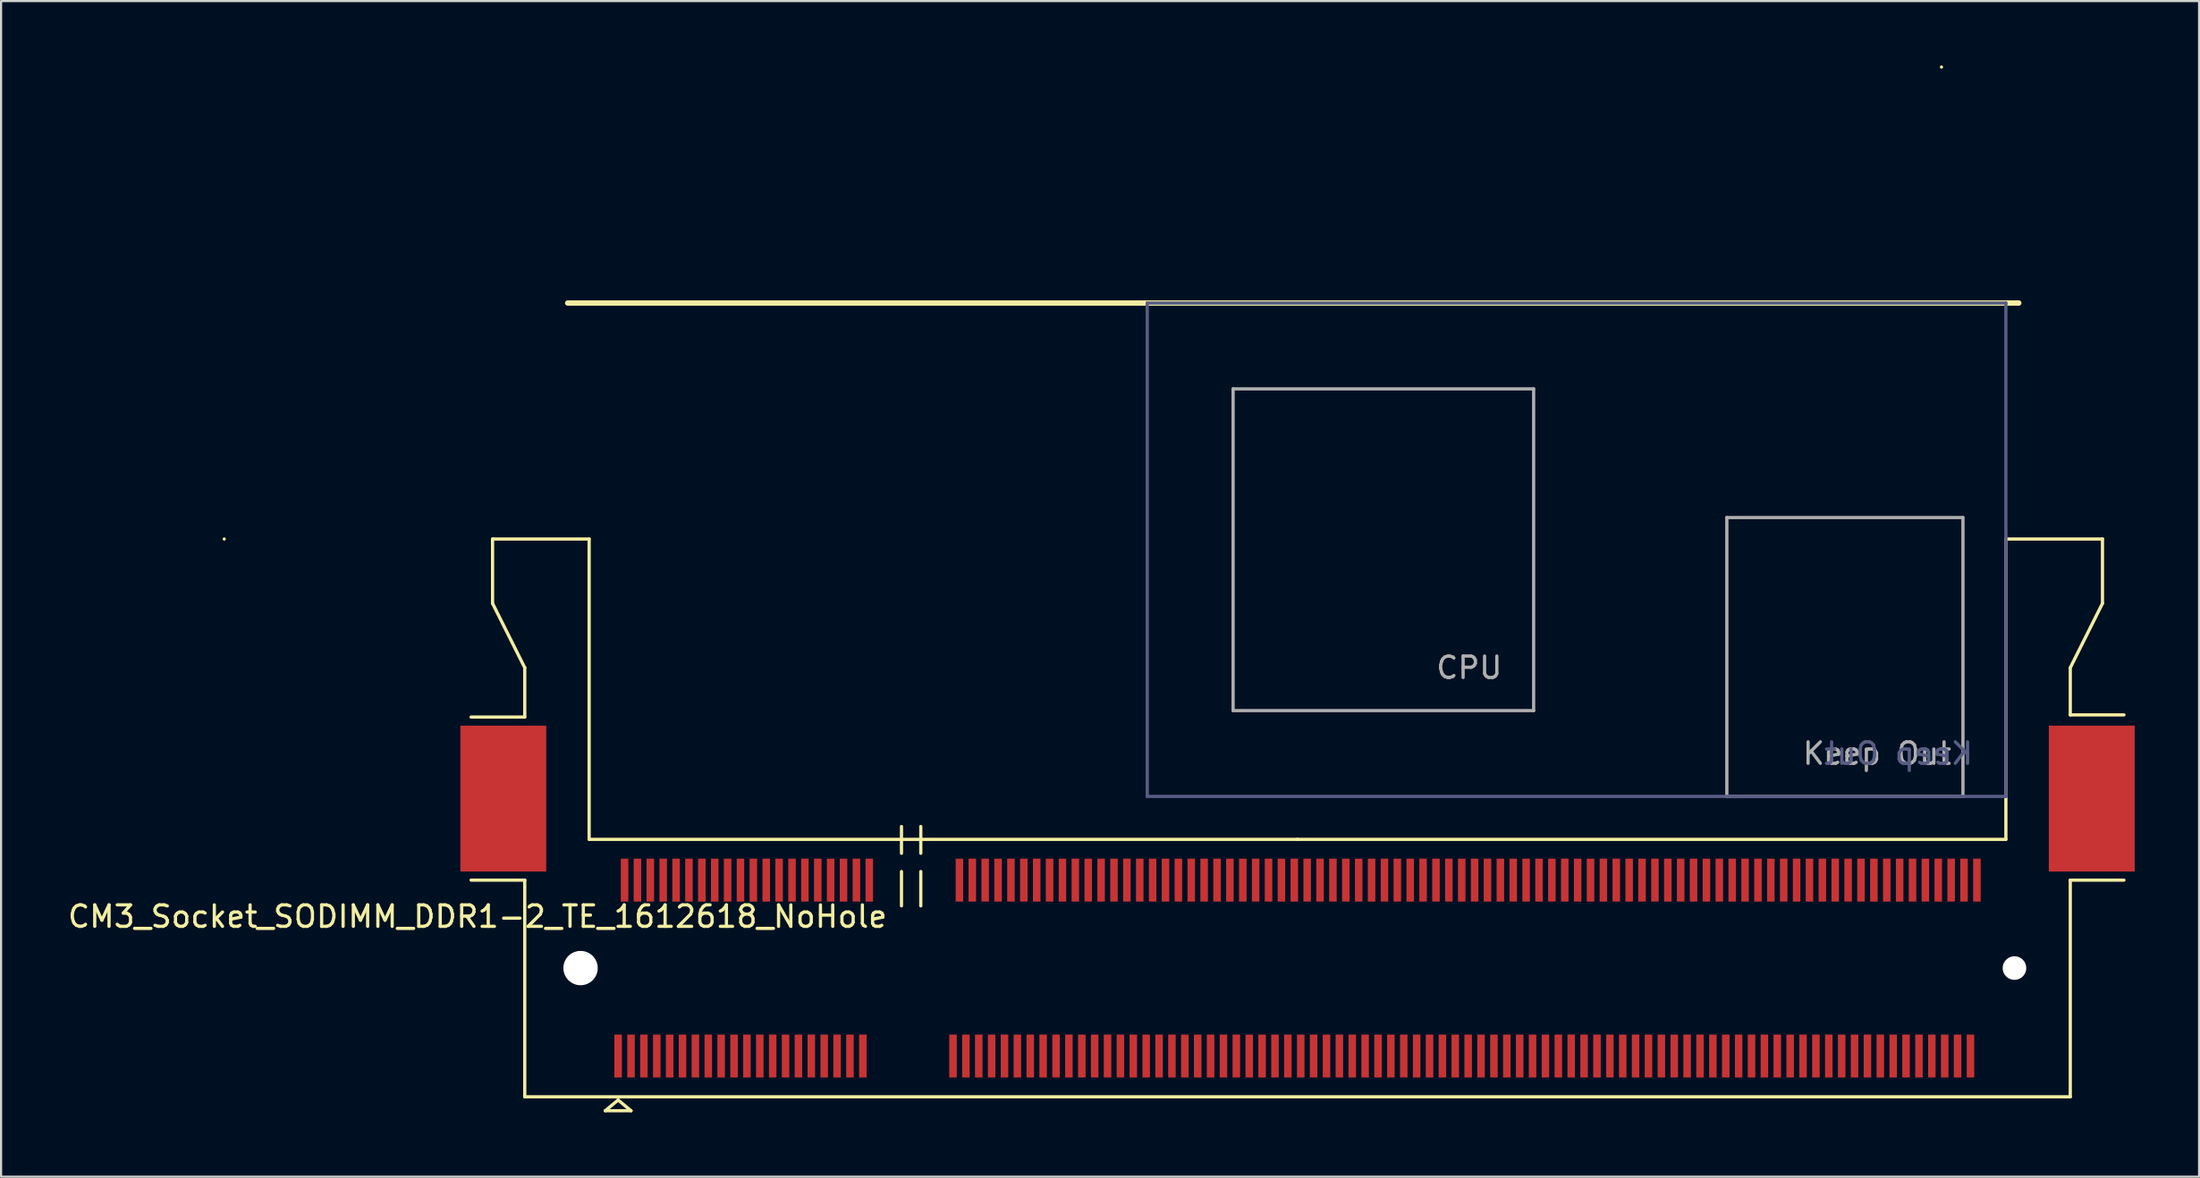
<source format=kicad_pcb>
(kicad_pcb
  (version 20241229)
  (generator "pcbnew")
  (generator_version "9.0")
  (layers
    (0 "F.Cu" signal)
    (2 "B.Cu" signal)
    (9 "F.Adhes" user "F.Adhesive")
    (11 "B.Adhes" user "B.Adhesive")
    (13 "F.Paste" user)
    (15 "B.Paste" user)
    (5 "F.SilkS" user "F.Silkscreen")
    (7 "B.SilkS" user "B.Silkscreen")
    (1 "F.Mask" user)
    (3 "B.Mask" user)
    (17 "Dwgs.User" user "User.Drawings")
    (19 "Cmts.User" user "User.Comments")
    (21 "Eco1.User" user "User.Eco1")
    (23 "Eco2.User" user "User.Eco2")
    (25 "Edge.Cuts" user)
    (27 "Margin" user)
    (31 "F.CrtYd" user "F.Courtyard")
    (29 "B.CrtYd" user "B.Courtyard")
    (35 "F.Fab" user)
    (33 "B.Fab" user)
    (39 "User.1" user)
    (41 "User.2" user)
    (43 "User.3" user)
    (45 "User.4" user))
  (footprint "CM3_Socket_SODIMM_DDR1-2_TE_1612618_NoHole"
    (layer "F.Cu")
    (at 57.396 42.075)
    (property "Reference" "CM3_Socket_SODIMM_DDR1-2_TE_1612618_NoHole" (at -38.2 -2.4 0) (layer "F.SilkS") (effects (font (size 1 1) (thickness 0.15))))
    (attr smd)
    (fp_line (start -50 -20) (end -50 -20) (stroke (width 0.15) (type solid)) (layer "F.SilkS"))
    (fp_line (start -37.5 -20) (end -37.5 -17) (stroke (width 0.15) (type solid)) (layer "F.SilkS"))
    (fp_line (start -37.5 -17) (end -36 -14) (stroke (width 0.15) (type solid)) (layer "F.SilkS"))
    (fp_line (start -36 -14) (end -36 -11.7) (stroke (width 0.15) (type solid)) (layer "F.SilkS"))
    (fp_line (start -36 -11.7) (end -38.5 -11.7) (stroke (width 0.15) (type solid)) (layer "F.SilkS"))
    (fp_line (start -36 -4.1) (end -38.5 -4.1) (stroke (width 0.15) (type solid)) (layer "F.SilkS"))
    (fp_line (start -36 -4.1) (end -36 6) (stroke (width 0.15) (type solid)) (layer "F.SilkS"))
    (fp_line (start -36 6) (end 36 6) (stroke (width 0.15) (type solid)) (layer "F.SilkS"))
    (fp_line (start -34 -31) (end -34 -31) (stroke (width 0.15) (type solid)) (layer "F.SilkS"))
    (fp_line (start -34 -31) (end 33.6 -31) (stroke (width 0.25) (type solid)) (layer "F.SilkS"))
    (fp_line (start -33 -20) (end -37.5 -20) (stroke (width 0.15) (type solid)) (layer "F.SilkS"))
    (fp_line (start -33 -6) (end -33 -20) (stroke (width 0.15) (type solid)) (layer "F.SilkS"))
    (fp_line (start -32.25 6.65) (end -31.65 6.15) (stroke (width 0.15) (type solid)) (layer "F.SilkS"))
    (fp_line (start -31.65 6.15) (end -31.05 6.65) (stroke (width 0.15) (type solid)) (layer "F.SilkS"))
    (fp_line (start -31.05 6.65) (end -32.25 6.65) (stroke (width 0.15) (type solid)) (layer "F.SilkS"))
    (fp_line (start -18.45 -5.35) (end -18.45 -6.6) (stroke (width 0.15) (type solid)) (layer "F.SilkS"))
    (fp_line (start -18.45 -4.5) (end -18.45 -2.9) (stroke (width 0.15) (type solid)) (layer "F.SilkS"))
    (fp_line (start -17.55 -5.35) (end -17.55 -6.6) (stroke (width 0.15) (type solid)) (layer "F.SilkS"))
    (fp_line (start -17.55 -4.5) (end -17.55 -2.9) (stroke (width 0.15) (type solid)) (layer "F.SilkS"))
    (fp_line (start 0 -6) (end -33 -6) (stroke (width 0.15) (type solid)) (layer "F.SilkS"))
    (fp_line (start 30 -42) (end 30 -42) (stroke (width 0.15) (type solid)) (layer "F.SilkS"))
    (fp_line (start 33 -20) (end 33 -6) (stroke (width 0.15) (type solid)) (layer "F.SilkS"))
    (fp_line (start 33 -6) (end 0 -6) (stroke (width 0.15) (type solid)) (layer "F.SilkS"))
    (fp_line (start 36 -14) (end 36 -11.8) (stroke (width 0.15) (type solid)) (layer "F.SilkS"))
    (fp_line (start 36 -14) (end 37.5 -17) (stroke (width 0.15) (type solid)) (layer "F.SilkS"))
    (fp_line (start 36 -11.8) (end 38.5 -11.8) (stroke (width 0.15) (type solid)) (layer "F.SilkS"))
    (fp_line (start 36 -4.1) (end 38.5 -4.1) (stroke (width 0.15) (type solid)) (layer "F.SilkS"))
    (fp_line (start 36 6) (end 36 -4.1) (stroke (width 0.15) (type solid)) (layer "F.SilkS"))
    (fp_line (start 37.5 -20) (end 33 -20) (stroke (width 0.15) (type solid)) (layer "F.SilkS"))
    (fp_line (start 37.5 -17) (end 37.5 -20) (stroke (width 0.15) (type solid)) (layer "F.SilkS"))
    (fp_line (start -7 -31) (end -7 -8) (stroke (width 0.15) (type solid)) (layer "B.Fab"))
    (fp_line (start -7 -8) (end 33 -8) (stroke (width 0.15) (type solid)) (layer "B.Fab"))
    (fp_line (start 33 -31) (end -7 -31) (stroke (width 0.15) (type solid)) (layer "B.Fab"))
    (fp_line (start 33 -8) (end 33 -31) (stroke (width 0.15) (type solid)) (layer "B.Fab"))
    (fp_line (start -3 -27) (end 11 -27) (stroke (width 0.15) (type solid)) (layer "F.Fab"))
    (fp_line (start -3 -12) (end -3 -27) (stroke (width 0.15) (type solid)) (layer "F.Fab"))
    (fp_line (start 11 -27) (end 11 -12) (stroke (width 0.15) (type solid)) (layer "F.Fab"))
    (fp_line (start 11 -12) (end -3 -12) (stroke (width 0.15) (type solid)) (layer "F.Fab"))
    (fp_line (start 20 -21) (end 31 -21) (stroke (width 0.15) (type solid)) (layer "F.Fab"))
    (fp_line (start 20 -8) (end 20 -21) (stroke (width 0.15) (type solid)) (layer "F.Fab"))
    (fp_line (start 31 -21) (end 31 -8) (stroke (width 0.15) (type solid)) (layer "F.Fab"))
    (fp_line (start 31 -8) (end 20 -8) (stroke (width 0.15) (type solid)) (layer "F.Fab"))
    (fp_text user "Keep Out" (at 28 -10 0) (layer "B.Fab") (effects (font (size 1 1) (thickness 0.15)) (justify mirror)))
    (fp_text user "CPU" (at 8 -14 0) (layer "F.Fab") (effects (font (size 1 1) (thickness 0.15))))
    (fp_text user "Keep Out" (at 27 -10 0) (layer "F.Fab") (effects (font (size 1 1) (thickness 0.15))))
    (pad "" smd rect (at -37 -7.9) (size 4 6.8) (layers "F.Cu" "F.Mask" "F.Paste"))
    (pad "" np_thru_hole circle (at -33.4 0) (size 1.6 1.6) (drill 1.6) (layers "*.Cu" "*.Mask"))
    (pad "" np_thru_hole circle (at 33.4 0) (size 1.1 1.1) (drill 1.1) (layers "*.Cu" "*.Mask"))
    (pad "" smd rect (at 37 -7.9) (size 4 6.8) (layers "F.Cu" "F.Mask" "F.Paste"))
    (pad "1" smd rect (at -31.65 4.1) (size 0.35 2) (layers "F.Cu" "F.Mask" "F.Paste"))
    (pad "2" smd rect (at -31.35 -4.1) (size 0.35 2) (layers "F.Cu" "F.Mask" "F.Paste"))
    (pad "3" smd rect (at -31.05 4.1) (size 0.35 2) (layers "F.Cu" "F.Mask" "F.Paste"))
    (pad "4" smd rect (at -30.75 -4.1) (size 0.35 2) (layers "F.Cu" "F.Mask" "F.Paste"))
    (pad "5" smd rect (at -30.45 4.1) (size 0.35 2) (layers "F.Cu" "F.Mask" "F.Paste"))
    (pad "6" smd rect (at -30.15 -4.1) (size 0.35 2) (layers "F.Cu" "F.Mask" "F.Paste"))
    (pad "7" smd rect (at -29.85 4.1) (size 0.35 2) (layers "F.Cu" "F.Mask" "F.Paste"))
    (pad "8" smd rect (at -29.55 -4.1) (size 0.35 2) (layers "F.Cu" "F.Mask" "F.Paste"))
    (pad "9" smd rect (at -29.25 4.1) (size 0.35 2) (layers "F.Cu" "F.Mask" "F.Paste"))
    (pad "10" smd rect (at -28.95 -4.1) (size 0.35 2) (layers "F.Cu" "F.Mask" "F.Paste"))
    (pad "11" smd rect (at -28.65 4.1) (size 0.35 2) (layers "F.Cu" "F.Mask" "F.Paste"))
    (pad "12" smd rect (at -28.35 -4.1) (size 0.35 2) (layers "F.Cu" "F.Mask" "F.Paste"))
    (pad "13" smd rect (at -28.05 4.1) (size 0.35 2) (layers "F.Cu" "F.Mask" "F.Paste"))
    (pad "14" smd rect (at -27.75 -4.1) (size 0.35 2) (layers "F.Cu" "F.Mask" "F.Paste"))
    (pad "15" smd rect (at -27.45 4.1) (size 0.35 2) (layers "F.Cu" "F.Mask" "F.Paste"))
    (pad "16" smd rect (at -27.15 -4.1) (size 0.35 2) (layers "F.Cu" "F.Mask" "F.Paste"))
    (pad "17" smd rect (at -26.85 4.1) (size 0.35 2) (layers "F.Cu" "F.Mask" "F.Paste"))
    (pad "18" smd rect (at -26.55 -4.1) (size 0.35 2) (layers "F.Cu" "F.Mask" "F.Paste"))
    (pad "19" smd rect (at -26.25 4.1) (size 0.35 2) (layers "F.Cu" "F.Mask" "F.Paste"))
    (pad "20" smd rect (at -25.95 -4.1) (size 0.35 2) (layers "F.Cu" "F.Mask" "F.Paste"))
    (pad "21" smd rect (at -25.65 4.1) (size 0.35 2) (layers "F.Cu" "F.Mask" "F.Paste"))
    (pad "22" smd rect (at -25.35 -4.1) (size 0.35 2) (layers "F.Cu" "F.Mask" "F.Paste"))
    (pad "23" smd rect (at -25.05 4.1) (size 0.35 2) (layers "F.Cu" "F.Mask" "F.Paste"))
    (pad "24" smd rect (at -24.75 -4.1) (size 0.35 2) (layers "F.Cu" "F.Mask" "F.Paste"))
    (pad "25" smd rect (at -24.45 4.1) (size 0.35 2) (layers "F.Cu" "F.Mask" "F.Paste"))
    (pad "26" smd rect (at -24.15 -4.1) (size 0.35 2) (layers "F.Cu" "F.Mask" "F.Paste"))
    (pad "27" smd rect (at -23.85 4.1) (size 0.35 2) (layers "F.Cu" "F.Mask" "F.Paste"))
    (pad "28" smd rect (at -23.55 -4.1) (size 0.35 2) (layers "F.Cu" "F.Mask" "F.Paste"))
    (pad "29" smd rect (at -23.25 4.1) (size 0.35 2) (layers "F.Cu" "F.Mask" "F.Paste"))
    (pad "30" smd rect (at -22.95 -4.1) (size 0.35 2) (layers "F.Cu" "F.Mask" "F.Paste"))
    (pad "31" smd rect (at -22.65 4.1) (size 0.35 2) (layers "F.Cu" "F.Mask" "F.Paste"))
    (pad "32" smd rect (at -22.35 -4.1) (size 0.35 2) (layers "F.Cu" "F.Mask" "F.Paste"))
    (pad "33" smd rect (at -22.05 4.1) (size 0.35 2) (layers "F.Cu" "F.Mask" "F.Paste"))
    (pad "34" smd rect (at -21.75 -4.1) (size 0.35 2) (layers "F.Cu" "F.Mask" "F.Paste"))
    (pad "35" smd rect (at -21.45 4.1) (size 0.35 2) (layers "F.Cu" "F.Mask" "F.Paste"))
    (pad "36" smd rect (at -21.15 -4.1) (size 0.35 2) (layers "F.Cu" "F.Mask" "F.Paste"))
    (pad "37" smd rect (at -20.85 4.1) (size 0.35 2) (layers "F.Cu" "F.Mask" "F.Paste"))
    (pad "38" smd rect (at -20.55 -4.1) (size 0.35 2) (layers "F.Cu" "F.Mask" "F.Paste"))
    (pad "39" smd rect (at -20.25 4.1) (size 0.35 2) (layers "F.Cu" "F.Mask" "F.Paste"))
    (pad "40" smd rect (at -19.95 -4.1) (size 0.35 2) (layers "F.Cu" "F.Mask" "F.Paste"))
    (pad "41" smd rect (at -16.05 4.1) (size 0.35 2) (layers "F.Cu" "F.Mask" "F.Paste"))
    (pad "42" smd rect (at -15.75 -4.1) (size 0.35 2) (layers "F.Cu" "F.Mask" "F.Paste"))
    (pad "43" smd rect (at -15.45 4.1) (size 0.35 2) (layers "F.Cu" "F.Mask" "F.Paste"))
    (pad "44" smd rect (at -15.15 -4.1) (size 0.35 2) (layers "F.Cu" "F.Mask" "F.Paste"))
    (pad "45" smd rect (at -14.85 4.1) (size 0.35 2) (layers "F.Cu" "F.Mask" "F.Paste"))
    (pad "46" smd rect (at -14.55 -4.1) (size 0.35 2) (layers "F.Cu" "F.Mask" "F.Paste"))
    (pad "47" smd rect (at -14.25 4.1) (size 0.35 2) (layers "F.Cu" "F.Mask" "F.Paste"))
    (pad "48" smd rect (at -13.95 -4.1) (size 0.35 2) (layers "F.Cu" "F.Mask" "F.Paste"))
    (pad "49" smd rect (at -13.65 4.1) (size 0.35 2) (layers "F.Cu" "F.Mask" "F.Paste"))
    (pad "50" smd rect (at -13.35 -4.1) (size 0.35 2) (layers "F.Cu" "F.Mask" "F.Paste"))
    (pad "51" smd rect (at -13.05 4.1) (size 0.35 2) (layers "F.Cu" "F.Mask" "F.Paste"))
    (pad "52" smd rect (at -12.75 -4.1) (size 0.35 2) (layers "F.Cu" "F.Mask" "F.Paste"))
    (pad "53" smd rect (at -12.45 4.1) (size 0.35 2) (layers "F.Cu" "F.Mask" "F.Paste"))
    (pad "54" smd rect (at -12.15 -4.1) (size 0.35 2) (layers "F.Cu" "F.Mask" "F.Paste"))
    (pad "55" smd rect (at -11.85 4.1) (size 0.35 2) (layers "F.Cu" "F.Mask" "F.Paste"))
    (pad "56" smd rect (at -11.55 -4.1) (size 0.35 2) (layers "F.Cu" "F.Mask" "F.Paste"))
    (pad "57" smd rect (at -11.25 4.1) (size 0.35 2) (layers "F.Cu" "F.Mask" "F.Paste"))
    (pad "58" smd rect (at -10.95 -4.1) (size 0.35 2) (layers "F.Cu" "F.Mask" "F.Paste"))
    (pad "59" smd rect (at -10.65 4.1) (size 0.35 2) (layers "F.Cu" "F.Mask" "F.Paste"))
    (pad "60" smd rect (at -10.35 -4.1) (size 0.35 2) (layers "F.Cu" "F.Mask" "F.Paste"))
    (pad "61" smd rect (at -10.05 4.1) (size 0.35 2) (layers "F.Cu" "F.Mask" "F.Paste"))
    (pad "62" smd rect (at -9.75 -4.1) (size 0.35 2) (layers "F.Cu" "F.Mask" "F.Paste"))
    (pad "63" smd rect (at -9.45 4.1) (size 0.35 2) (layers "F.Cu" "F.Mask" "F.Paste"))
    (pad "64" smd rect (at -9.15 -4.1) (size 0.35 2) (layers "F.Cu" "F.Mask" "F.Paste"))
    (pad "65" smd rect (at -8.85 4.1) (size 0.35 2) (layers "F.Cu" "F.Mask" "F.Paste"))
    (pad "66" smd rect (at -8.55 -4.1) (size 0.35 2) (layers "F.Cu" "F.Mask" "F.Paste"))
    (pad "67" smd rect (at -8.25 4.1) (size 0.35 2) (layers "F.Cu" "F.Mask" "F.Paste"))
    (pad "68" smd rect (at -7.95 -4.1) (size 0.35 2) (layers "F.Cu" "F.Mask" "F.Paste"))
    (pad "69" smd rect (at -7.65 4.1) (size 0.35 2) (layers "F.Cu" "F.Mask" "F.Paste"))
    (pad "70" smd rect (at -7.35 -4.1) (size 0.35 2) (layers "F.Cu" "F.Mask" "F.Paste"))
    (pad "71" smd rect (at -7.05 4.1) (size 0.35 2) (layers "F.Cu" "F.Mask" "F.Paste"))
    (pad "72" smd rect (at -6.75 -4.1) (size 0.35 2) (layers "F.Cu" "F.Mask" "F.Paste"))
    (pad "73" smd rect (at -6.45 4.1) (size 0.35 2) (layers "F.Cu" "F.Mask" "F.Paste"))
    (pad "74" smd rect (at -6.15 -4.1) (size 0.35 2) (layers "F.Cu" "F.Mask" "F.Paste"))
    (pad "75" smd rect (at -5.85 4.1) (size 0.35 2) (layers "F.Cu" "F.Mask" "F.Paste"))
    (pad "76" smd rect (at -5.55 -4.1) (size 0.35 2) (layers "F.Cu" "F.Mask" "F.Paste"))
    (pad "77" smd rect (at -5.25 4.1) (size 0.35 2) (layers "F.Cu" "F.Mask" "F.Paste"))
    (pad "78" smd rect (at -4.95 -4.1) (size 0.35 2) (layers "F.Cu" "F.Mask" "F.Paste"))
    (pad "79" smd rect (at -4.65 4.1) (size 0.35 2) (layers "F.Cu" "F.Mask" "F.Paste"))
    (pad "80" smd rect (at -4.35 -4.1) (size 0.35 2) (layers "F.Cu" "F.Mask" "F.Paste"))
    (pad "81" smd rect (at -4.05 4.1) (size 0.35 2) (layers "F.Cu" "F.Mask" "F.Paste"))
    (pad "82" smd rect (at -3.75 -4.1) (size 0.35 2) (layers "F.Cu" "F.Mask" "F.Paste"))
    (pad "83" smd rect (at -3.45 4.1) (size 0.35 2) (layers "F.Cu" "F.Mask" "F.Paste"))
    (pad "84" smd rect (at -3.15 -4.1) (size 0.35 2) (layers "F.Cu" "F.Mask" "F.Paste"))
    (pad "85" smd rect (at -2.85 4.1) (size 0.35 2) (layers "F.Cu" "F.Mask" "F.Paste"))
    (pad "86" smd rect (at -2.55 -4.1) (size 0.35 2) (layers "F.Cu" "F.Mask" "F.Paste"))
    (pad "87" smd rect (at -2.25 4.1) (size 0.35 2) (layers "F.Cu" "F.Mask" "F.Paste"))
    (pad "88" smd rect (at -1.95 -4.1) (size 0.35 2) (layers "F.Cu" "F.Mask" "F.Paste"))
    (pad "89" smd rect (at -1.65 4.1) (size 0.35 2) (layers "F.Cu" "F.Mask" "F.Paste"))
    (pad "90" smd rect (at -1.35 -4.1) (size 0.35 2) (layers "F.Cu" "F.Mask" "F.Paste"))
    (pad "91" smd rect (at -1.05 4.1) (size 0.35 2) (layers "F.Cu" "F.Mask" "F.Paste"))
    (pad "92" smd rect (at -0.75 -4.1) (size 0.35 2) (layers "F.Cu" "F.Mask" "F.Paste"))
    (pad "93" smd rect (at -0.45 4.1) (size 0.35 2) (layers "F.Cu" "F.Mask" "F.Paste"))
    (pad "94" smd rect (at -0.15 -4.1) (size 0.35 2) (layers "F.Cu" "F.Mask" "F.Paste"))
    (pad "95" smd rect (at 0.15 4.1) (size 0.35 2) (layers "F.Cu" "F.Mask" "F.Paste"))
    (pad "96" smd rect (at 0.45 -4.1) (size 0.35 2) (layers "F.Cu" "F.Mask" "F.Paste"))
    (pad "97" smd rect (at 0.75 4.1) (size 0.35 2) (layers "F.Cu" "F.Mask" "F.Paste"))
    (pad "98" smd rect (at 1.05 -4.1) (size 0.35 2) (layers "F.Cu" "F.Mask" "F.Paste"))
    (pad "99" smd rect (at 1.35 4.1) (size 0.35 2) (layers "F.Cu" "F.Mask" "F.Paste"))
    (pad "100" smd rect (at 1.65 -4.1) (size 0.35 2) (layers "F.Cu" "F.Mask" "F.Paste"))
    (pad "101" smd rect (at 1.95 4.1) (size 0.35 2) (layers "F.Cu" "F.Mask" "F.Paste"))
    (pad "102" smd rect (at 2.25 -4.1) (size 0.35 2) (layers "F.Cu" "F.Mask" "F.Paste"))
    (pad "103" smd rect (at 2.55 4.1) (size 0.35 2) (layers "F.Cu" "F.Mask" "F.Paste"))
    (pad "104" smd rect (at 2.85 -4.1) (size 0.35 2) (layers "F.Cu" "F.Mask" "F.Paste"))
    (pad "105" smd rect (at 3.15 4.1) (size 0.35 2) (layers "F.Cu" "F.Mask" "F.Paste"))
    (pad "106" smd rect (at 3.45 -4.1) (size 0.35 2) (layers "F.Cu" "F.Mask" "F.Paste"))
    (pad "107" smd rect (at 3.75 4.1) (size 0.35 2) (layers "F.Cu" "F.Mask" "F.Paste"))
    (pad "108" smd rect (at 4.05 -4.1) (size 0.35 2) (layers "F.Cu" "F.Mask" "F.Paste"))
    (pad "109" smd rect (at 4.35 4.1) (size 0.35 2) (layers "F.Cu" "F.Mask" "F.Paste"))
    (pad "110" smd rect (at 4.65 -4.1) (size 0.35 2) (layers "F.Cu" "F.Mask" "F.Paste"))
    (pad "111" smd rect (at 4.95 4.1) (size 0.35 2) (layers "F.Cu" "F.Mask" "F.Paste"))
    (pad "112" smd rect (at 5.25 -4.1) (size 0.35 2) (layers "F.Cu" "F.Mask" "F.Paste"))
    (pad "113" smd rect (at 5.55 4.1) (size 0.35 2) (layers "F.Cu" "F.Mask" "F.Paste"))
    (pad "114" smd rect (at 5.85 -4.1) (size 0.35 2) (layers "F.Cu" "F.Mask" "F.Paste"))
    (pad "115" smd rect (at 6.15 4.1) (size 0.35 2) (layers "F.Cu" "F.Mask" "F.Paste"))
    (pad "116" smd rect (at 6.45 -4.1) (size 0.35 2) (layers "F.Cu" "F.Mask" "F.Paste"))
    (pad "117" smd rect (at 6.75 4.1) (size 0.35 2) (layers "F.Cu" "F.Mask" "F.Paste"))
    (pad "118" smd rect (at 7.05 -4.1) (size 0.35 2) (layers "F.Cu" "F.Mask" "F.Paste"))
    (pad "119" smd rect (at 7.35 4.1) (size 0.35 2) (layers "F.Cu" "F.Mask" "F.Paste"))
    (pad "120" smd rect (at 7.65 -4.1) (size 0.35 2) (layers "F.Cu" "F.Mask" "F.Paste"))
    (pad "121" smd rect (at 7.95 4.1) (size 0.35 2) (layers "F.Cu" "F.Mask" "F.Paste"))
    (pad "122" smd rect (at 8.25 -4.1) (size 0.35 2) (layers "F.Cu" "F.Mask" "F.Paste"))
    (pad "123" smd rect (at 8.55 4.1) (size 0.35 2) (layers "F.Cu" "F.Mask" "F.Paste"))
    (pad "124" smd rect (at 8.85 -4.1) (size 0.35 2) (layers "F.Cu" "F.Mask" "F.Paste"))
    (pad "125" smd rect (at 9.15 4.1) (size 0.35 2) (layers "F.Cu" "F.Mask" "F.Paste"))
    (pad "126" smd rect (at 9.45 -4.1) (size 0.35 2) (layers "F.Cu" "F.Mask" "F.Paste"))
    (pad "127" smd rect (at 9.75 4.1) (size 0.35 2) (layers "F.Cu" "F.Mask" "F.Paste"))
    (pad "128" smd rect (at 10.05 -4.1) (size 0.35 2) (layers "F.Cu" "F.Mask" "F.Paste"))
    (pad "129" smd rect (at 10.35 4.1) (size 0.35 2) (layers "F.Cu" "F.Mask" "F.Paste"))
    (pad "130" smd rect (at 10.65 -4.1) (size 0.35 2) (layers "F.Cu" "F.Mask" "F.Paste"))
    (pad "131" smd rect (at 10.95 4.1) (size 0.35 2) (layers "F.Cu" "F.Mask" "F.Paste"))
    (pad "132" smd rect (at 11.25 -4.1) (size 0.35 2) (layers "F.Cu" "F.Mask" "F.Paste"))
    (pad "133" smd rect (at 11.55 4.1) (size 0.35 2) (layers "F.Cu" "F.Mask" "F.Paste"))
    (pad "134" smd rect (at 11.85 -4.1) (size 0.35 2) (layers "F.Cu" "F.Mask" "F.Paste"))
    (pad "135" smd rect (at 12.15 4.1) (size 0.35 2) (layers "F.Cu" "F.Mask" "F.Paste"))
    (pad "136" smd rect (at 12.45 -4.1) (size 0.35 2) (layers "F.Cu" "F.Mask" "F.Paste"))
    (pad "137" smd rect (at 12.75 4.1) (size 0.35 2) (layers "F.Cu" "F.Mask" "F.Paste"))
    (pad "138" smd rect (at 13.05 -4.1) (size 0.35 2) (layers "F.Cu" "F.Mask" "F.Paste"))
    (pad "139" smd rect (at 13.35 4.1) (size 0.35 2) (layers "F.Cu" "F.Mask" "F.Paste"))
    (pad "140" smd rect (at 13.65 -4.1) (size 0.35 2) (layers "F.Cu" "F.Mask" "F.Paste"))
    (pad "141" smd rect (at 13.95 4.1) (size 0.35 2) (layers "F.Cu" "F.Mask" "F.Paste"))
    (pad "142" smd rect (at 14.25 -4.1) (size 0.35 2) (layers "F.Cu" "F.Mask" "F.Paste"))
    (pad "143" smd rect (at 14.55 4.1) (size 0.35 2) (layers "F.Cu" "F.Mask" "F.Paste"))
    (pad "144" smd rect (at 14.85 -4.1) (size 0.35 2) (layers "F.Cu" "F.Mask" "F.Paste"))
    (pad "145" smd rect (at 15.15 4.1) (size 0.35 2) (layers "F.Cu" "F.Mask" "F.Paste"))
    (pad "146" smd rect (at 15.45 -4.1) (size 0.35 2) (layers "F.Cu" "F.Mask" "F.Paste"))
    (pad "147" smd rect (at 15.75 4.1) (size 0.35 2) (layers "F.Cu" "F.Mask" "F.Paste"))
    (pad "148" smd rect (at 16.05 -4.1) (size 0.35 2) (layers "F.Cu" "F.Mask" "F.Paste"))
    (pad "149" smd rect (at 16.35 4.1) (size 0.35 2) (layers "F.Cu" "F.Mask" "F.Paste"))
    (pad "150" smd rect (at 16.65 -4.1) (size 0.35 2) (layers "F.Cu" "F.Mask" "F.Paste"))
    (pad "151" smd rect (at 16.95 4.1) (size 0.35 2) (layers "F.Cu" "F.Mask" "F.Paste"))
    (pad "152" smd rect (at 17.25 -4.1) (size 0.35 2) (layers "F.Cu" "F.Mask" "F.Paste"))
    (pad "153" smd rect (at 17.55 4.1) (size 0.35 2) (layers "F.Cu" "F.Mask" "F.Paste"))
    (pad "154" smd rect (at 17.85 -4.1) (size 0.35 2) (layers "F.Cu" "F.Mask" "F.Paste"))
    (pad "155" smd rect (at 18.15 4.1) (size 0.35 2) (layers "F.Cu" "F.Mask" "F.Paste"))
    (pad "156" smd rect (at 18.45 -4.1) (size 0.35 2) (layers "F.Cu" "F.Mask" "F.Paste"))
    (pad "157" smd rect (at 18.75 4.1) (size 0.35 2) (layers "F.Cu" "F.Mask" "F.Paste"))
    (pad "158" smd rect (at 19.05 -4.1) (size 0.35 2) (layers "F.Cu" "F.Mask" "F.Paste"))
    (pad "159" smd rect (at 19.35 4.1) (size 0.35 2) (layers "F.Cu" "F.Mask" "F.Paste"))
    (pad "160" smd rect (at 19.65 -4.1) (size 0.35 2) (layers "F.Cu" "F.Mask" "F.Paste"))
    (pad "161" smd rect (at 19.95 4.1) (size 0.35 2) (layers "F.Cu" "F.Mask" "F.Paste"))
    (pad "162" smd rect (at 20.25 -4.1) (size 0.35 2) (layers "F.Cu" "F.Mask" "F.Paste"))
    (pad "163" smd rect (at 20.55 4.1) (size 0.35 2) (layers "F.Cu" "F.Mask" "F.Paste"))
    (pad "164" smd rect (at 20.85 -4.1) (size 0.35 2) (layers "F.Cu" "F.Mask" "F.Paste"))
    (pad "165" smd rect (at 21.15 4.1) (size 0.35 2) (layers "F.Cu" "F.Mask" "F.Paste"))
    (pad "166" smd rect (at 21.45 -4.1) (size 0.35 2) (layers "F.Cu" "F.Mask" "F.Paste"))
    (pad "167" smd rect (at 21.75 4.1) (size 0.35 2) (layers "F.Cu" "F.Mask" "F.Paste"))
    (pad "168" smd rect (at 22.05 -4.1) (size 0.35 2) (layers "F.Cu" "F.Mask" "F.Paste"))
    (pad "169" smd rect (at 22.35 4.1) (size 0.35 2) (layers "F.Cu" "F.Mask" "F.Paste"))
    (pad "170" smd rect (at 22.65 -4.1) (size 0.35 2) (layers "F.Cu" "F.Mask" "F.Paste"))
    (pad "171" smd rect (at 22.95 4.1) (size 0.35 2) (layers "F.Cu" "F.Mask" "F.Paste"))
    (pad "172" smd rect (at 23.25 -4.1) (size 0.35 2) (layers "F.Cu" "F.Mask" "F.Paste"))
    (pad "173" smd rect (at 23.55 4.1) (size 0.35 2) (layers "F.Cu" "F.Mask" "F.Paste"))
    (pad "174" smd rect (at 23.85 -4.1) (size 0.35 2) (layers "F.Cu" "F.Mask" "F.Paste"))
    (pad "175" smd rect (at 24.15 4.1) (size 0.35 2) (layers "F.Cu" "F.Mask" "F.Paste"))
    (pad "176" smd rect (at 24.45 -4.1) (size 0.35 2) (layers "F.Cu" "F.Mask" "F.Paste"))
    (pad "177" smd rect (at 24.75 4.1) (size 0.35 2) (layers "F.Cu" "F.Mask" "F.Paste"))
    (pad "178" smd rect (at 25.05 -4.1) (size 0.35 2) (layers "F.Cu" "F.Mask" "F.Paste"))
    (pad "179" smd rect (at 25.35 4.1) (size 0.35 2) (layers "F.Cu" "F.Mask" "F.Paste"))
    (pad "180" smd rect (at 25.65 -4.1) (size 0.35 2) (layers "F.Cu" "F.Mask" "F.Paste"))
    (pad "181" smd rect (at 25.95 4.1) (size 0.35 2) (layers "F.Cu" "F.Mask" "F.Paste"))
    (pad "182" smd rect (at 26.25 -4.1) (size 0.35 2) (layers "F.Cu" "F.Mask" "F.Paste"))
    (pad "183" smd rect (at 26.55 4.1) (size 0.35 2) (layers "F.Cu" "F.Mask" "F.Paste"))
    (pad "184" smd rect (at 26.85 -4.1) (size 0.35 2) (layers "F.Cu" "F.Mask" "F.Paste"))
    (pad "185" smd rect (at 27.15 4.1) (size 0.35 2) (layers "F.Cu" "F.Mask" "F.Paste"))
    (pad "186" smd rect (at 27.45 -4.1) (size 0.35 2) (layers "F.Cu" "F.Mask" "F.Paste"))
    (pad "187" smd rect (at 27.75 4.1) (size 0.35 2) (layers "F.Cu" "F.Mask" "F.Paste"))
    (pad "188" smd rect (at 28.05 -4.1) (size 0.35 2) (layers "F.Cu" "F.Mask" "F.Paste"))
    (pad "189" smd rect (at 28.35 4.1) (size 0.35 2) (layers "F.Cu" "F.Mask" "F.Paste"))
    (pad "190" smd rect (at 28.65 -4.1) (size 0.35 2) (layers "F.Cu" "F.Mask" "F.Paste"))
    (pad "191" smd rect (at 28.95 4.1) (size 0.35 2) (layers "F.Cu" "F.Mask" "F.Paste"))
    (pad "192" smd rect (at 29.25 -4.1) (size 0.35 2) (layers "F.Cu" "F.Mask" "F.Paste"))
    (pad "193" smd rect (at 29.55 4.1) (size 0.35 2) (layers "F.Cu" "F.Mask" "F.Paste"))
    (pad "194" smd rect (at 29.85 -4.1) (size 0.35 2) (layers "F.Cu" "F.Mask" "F.Paste"))
    (pad "195" smd rect (at 30.15 4.1) (size 0.35 2) (layers "F.Cu" "F.Mask" "F.Paste"))
    (pad "196" smd rect (at 30.45 -4.1) (size 0.35 2) (layers "F.Cu" "F.Mask" "F.Paste"))
    (pad "197" smd rect (at 30.75 4.1) (size 0.35 2) (layers "F.Cu" "F.Mask" "F.Paste"))
    (pad "198" smd rect (at 31.05 -4.1) (size 0.35 2) (layers "F.Cu" "F.Mask" "F.Paste"))
    (pad "199" smd rect (at 31.35 4.1) (size 0.35 2) (layers "F.Cu" "F.Mask" "F.Paste"))
    (pad "200" smd rect (at 31.65 -4.1) (size 0.35 2) (layers "F.Cu" "F.Mask" "F.Paste")))
  (gr_rect
    (start -3 -3)
    (end 99.396 51.8)
    (stroke (width 0.1) (type default))
    (fill no)
    (layer "Edge.Cuts")))
</source>
